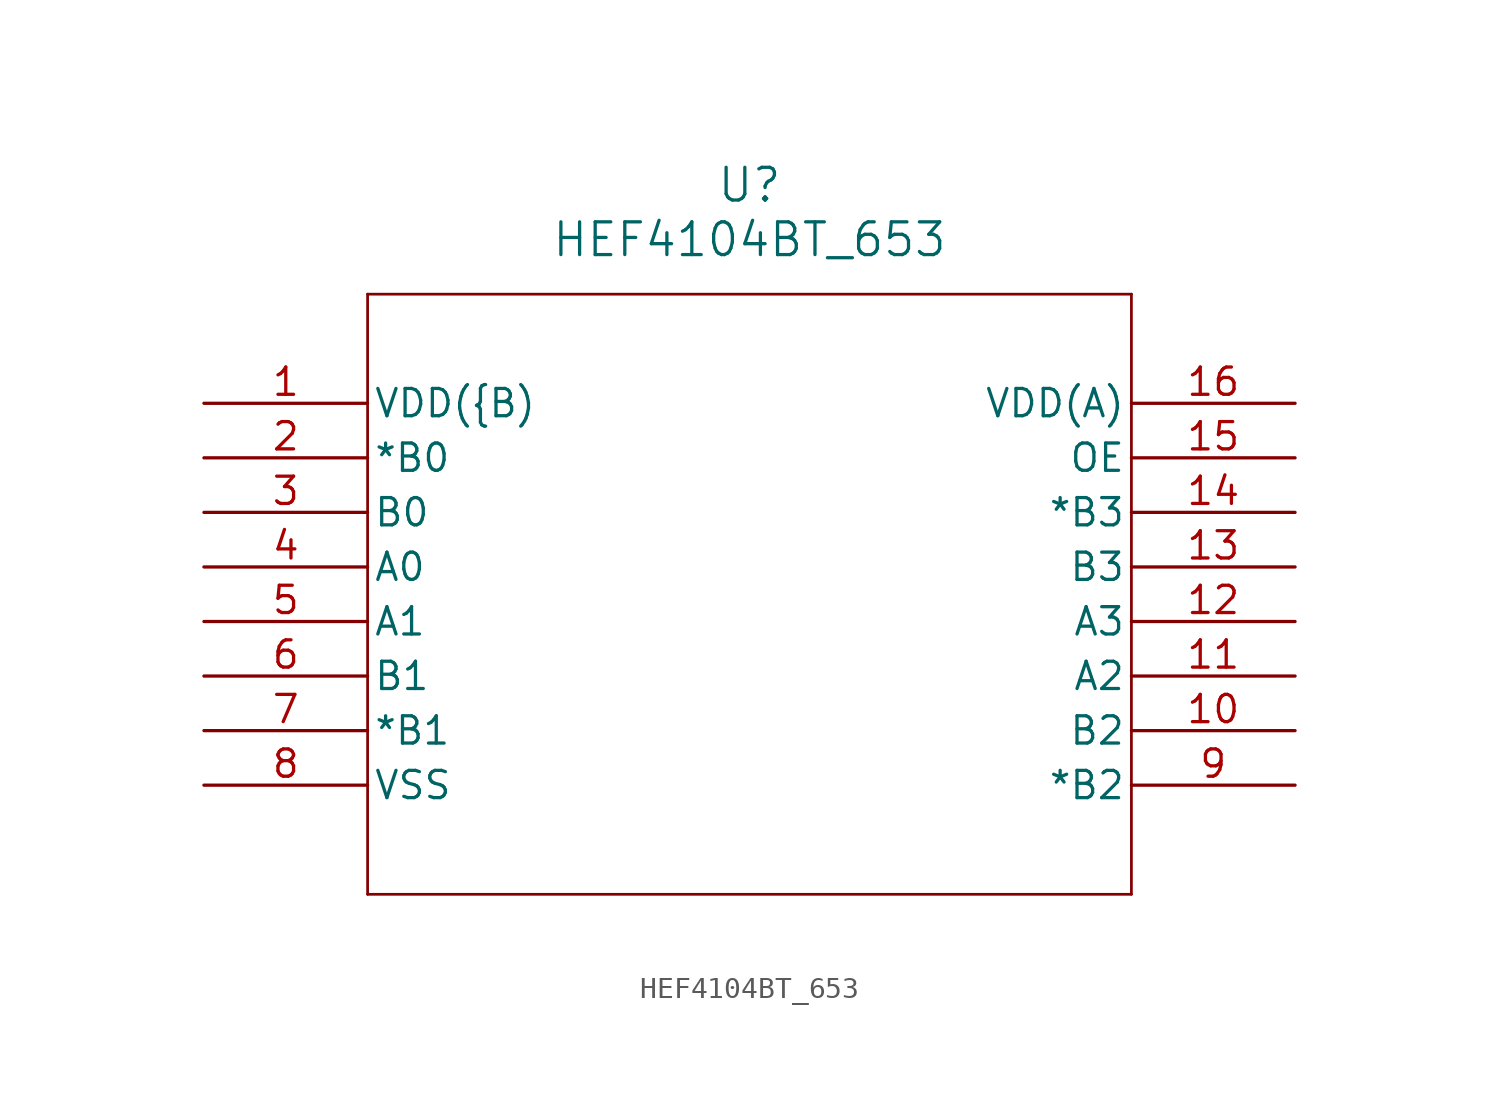
<source format=kicad_sym>
(kicad_symbol_lib
  (version 20211014)
  (generator kicad_symbol_editor)
  (symbol "HEF4104BT_653"
    (pin_names
      (offset 0.254))
    (property "Reference" "U"
      (at 25.4 10.16 0)
      (effects (font (size 1.524 1.524))))
    (property "Value" "HEF4104BT_653"
      (at 25.4 7.62 0)
      (effects (font (size 1.524 1.524))))
    (symbol "HEF4104BT_653_0_1"
      (polyline (pts (xy 7.62 5.08) (xy 7.62 -22.86)) (stroke (width 0.127) (type default) (color 0 0 0 0)) (fill (type none)))
      (polyline (pts (xy 7.62 -22.86) (xy 43.18 -22.86)) (stroke (width 0.127) (type default) (color 0 0 0 0)) (fill (type none)))
      (polyline (pts (xy 43.18 -22.86) (xy 43.18 5.08)) (stroke (width 0.127) (type default) (color 0 0 0 0)) (fill (type none)))
      (polyline (pts (xy 43.18 5.08) (xy 7.62 5.08)) (stroke (width 0.127) (type default) (color 0 0 0 0)) (fill (type none)))
      (pin power_in line (at 0 0 0) (length 7.62) (name "VDD({B)" (effects (font (size 1.27 1.27)))) (number "1" (effects (font (size 1.27 1.27)))))
      (pin output line (at 0 -2.54 0) (length 7.62) (name "*B0" (effects (font (size 1.27 1.27)))) (number "2" (effects (font (size 1.27 1.27)))))
      (pin output line (at 0 -5.08 0) (length 7.62) (name "B0" (effects (font (size 1.27 1.27)))) (number "3" (effects (font (size 1.27 1.27)))))
      (pin input line (at 0 -7.62 0) (length 7.62) (name "A0" (effects (font (size 1.27 1.27)))) (number "4" (effects (font (size 1.27 1.27)))))
      (pin input line (at 0 -10.16 0) (length 7.62) (name "A1" (effects (font (size 1.27 1.27)))) (number "5" (effects (font (size 1.27 1.27)))))
      (pin output line (at 0 -12.7 0) (length 7.62) (name "B1" (effects (font (size 1.27 1.27)))) (number "6" (effects (font (size 1.27 1.27)))))
      (pin output line (at 0 -15.24 0) (length 7.62) (name "*B1" (effects (font (size 1.27 1.27)))) (number "7" (effects (font (size 1.27 1.27)))))
      (pin power_out line (at 0 -17.78 0) (length 7.62) (name "VSS" (effects (font (size 1.27 1.27)))) (number "8" (effects (font (size 1.27 1.27)))))
      (pin output line (at 50.8 -17.78 180) (length 7.62) (name "*B2" (effects (font (size 1.27 1.27)))) (number "9" (effects (font (size 1.27 1.27)))))
      (pin output line (at 50.8 -15.24 180) (length 7.62) (name "B2" (effects (font (size 1.27 1.27)))) (number "10" (effects (font (size 1.27 1.27)))))
      (pin input line (at 50.8 -12.7 180) (length 7.62) (name "A2" (effects (font (size 1.27 1.27)))) (number "11" (effects (font (size 1.27 1.27)))))
      (pin input line (at 50.8 -10.16 180) (length 7.62) (name "A3" (effects (font (size 1.27 1.27)))) (number "12" (effects (font (size 1.27 1.27)))))
      (pin output line (at 50.8 -7.62 180) (length 7.62) (name "B3" (effects (font (size 1.27 1.27)))) (number "13" (effects (font (size 1.27 1.27)))))
      (pin output line (at 50.8 -5.08 180) (length 7.62) (name "*B3" (effects (font (size 1.27 1.27)))) (number "14" (effects (font (size 1.27 1.27)))))
      (pin input line (at 50.8 -2.54 180) (length 7.62) (name "OE" (effects (font (size 1.27 1.27)))) (number "15" (effects (font (size 1.27 1.27)))))
      (pin power_in line (at 50.8 0 180) (length 7.62) (name "VDD(A)" (effects (font (size 1.27 1.27)))) (number "16" (effects (font (size 1.27 1.27))))))))
</source>
